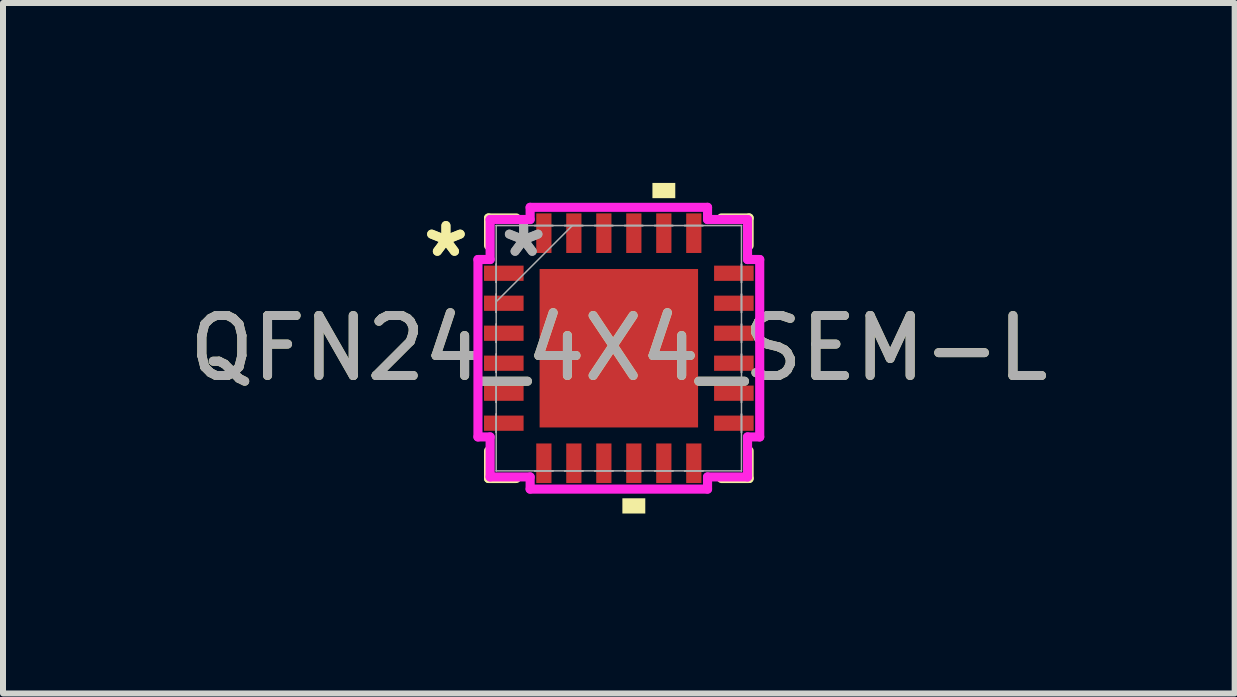
<source format=kicad_pcb>
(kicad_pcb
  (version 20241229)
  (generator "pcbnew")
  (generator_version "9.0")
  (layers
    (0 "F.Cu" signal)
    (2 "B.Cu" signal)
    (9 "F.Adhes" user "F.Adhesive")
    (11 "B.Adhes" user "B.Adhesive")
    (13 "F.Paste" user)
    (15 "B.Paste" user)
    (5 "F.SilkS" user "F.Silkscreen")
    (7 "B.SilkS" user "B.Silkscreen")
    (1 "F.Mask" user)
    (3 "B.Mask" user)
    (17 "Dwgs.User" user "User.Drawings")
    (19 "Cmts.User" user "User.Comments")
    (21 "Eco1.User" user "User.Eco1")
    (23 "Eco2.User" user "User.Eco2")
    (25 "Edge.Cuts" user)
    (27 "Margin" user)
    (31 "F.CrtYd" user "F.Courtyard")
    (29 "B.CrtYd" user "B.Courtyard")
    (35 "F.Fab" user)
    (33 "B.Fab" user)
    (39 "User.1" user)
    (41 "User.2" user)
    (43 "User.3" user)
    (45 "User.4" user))
  (footprint "QFN24_4X4_SEM-L"
    (layer "F.Cu")
    (at 7.268 2.756)
    (property "Reference" "QFN24_4X4_SEM-L" (at 0 0 0) (unlocked yes) (layer "F.SilkS") (effects (font (size 1 1) (thickness 0.15))))
    (attr smd)
    (fp_line (start -2.172 -2.172) (end -2.172 -1.71) (stroke (width 0.152) (type solid)) (layer "F.SilkS"))
    (fp_line (start -2.172 1.71) (end -2.172 2.172) (stroke (width 0.152) (type solid)) (layer "F.SilkS"))
    (fp_line (start -2.172 2.172) (end -1.71 2.172) (stroke (width 0.152) (type solid)) (layer "F.SilkS"))
    (fp_line (start -1.71 -2.172) (end -2.172 -2.172) (stroke (width 0.152) (type solid)) (layer "F.SilkS"))
    (fp_line (start 1.71 2.172) (end 2.172 2.172) (stroke (width 0.152) (type solid)) (layer "F.SilkS"))
    (fp_line (start 2.172 -2.172) (end 1.71 -2.172) (stroke (width 0.152) (type solid)) (layer "F.SilkS"))
    (fp_line (start 2.172 -1.71) (end 2.172 -2.172) (stroke (width 0.152) (type solid)) (layer "F.SilkS"))
    (fp_line (start 2.172 2.172) (end 2.172 1.71) (stroke (width 0.152) (type solid)) (layer "F.SilkS"))
    (fp_poly (pts (xy 0.059 2.502) (xy 0.059 2.756) (xy 0.441 2.756) (xy 0.441 2.502)) (stroke (width 0) (type solid)) (fill yes) (layer "F.SilkS"))
    (fp_poly (pts (xy 0.56 -2.502) (xy 0.56 -2.756) (xy 0.941 -2.756) (xy 0.941 -2.502)) (stroke (width 0) (type solid)) (fill yes) (layer "F.SilkS"))
    (fp_poly (pts (xy -1.221 -1.221) (xy -1.221 -0.1) (xy -0.1 -0.1) (xy -0.1 -1.221)) (stroke (width 0) (type solid)) (fill yes) (layer "F.Paste"))
    (fp_poly (pts (xy -1.221 0.1) (xy -1.221 1.221) (xy -0.1 1.221) (xy -0.1 0.1)) (stroke (width 0) (type solid)) (fill yes) (layer "F.Paste"))
    (fp_poly (pts (xy 0.1 -1.221) (xy 0.1 -0.1) (xy 1.221 -0.1) (xy 1.221 -1.221)) (stroke (width 0) (type solid)) (fill yes) (layer "F.Paste"))
    (fp_poly (pts (xy 0.1 0.1) (xy 0.1 1.221) (xy 1.221 1.221) (xy 1.221 0.1)) (stroke (width 0) (type solid)) (fill yes) (layer "F.Paste"))
    (fp_line (start -2.349 -1.479) (end -2.146 -1.479) (stroke (width 0.152) (type solid)) (layer "F.CrtYd"))
    (fp_line (start -2.349 1.479) (end -2.349 -1.479) (stroke (width 0.152) (type solid)) (layer "F.CrtYd"))
    (fp_line (start -2.146 -2.146) (end -1.479 -2.146) (stroke (width 0.152) (type solid)) (layer "F.CrtYd"))
    (fp_line (start -2.146 -1.479) (end -2.146 -2.146) (stroke (width 0.152) (type solid)) (layer "F.CrtYd"))
    (fp_line (start -2.146 1.479) (end -2.349 1.479) (stroke (width 0.152) (type solid)) (layer "F.CrtYd"))
    (fp_line (start -2.146 2.146) (end -2.146 1.479) (stroke (width 0.152) (type solid)) (layer "F.CrtYd"))
    (fp_line (start -1.479 -2.349) (end 1.479 -2.349) (stroke (width 0.152) (type solid)) (layer "F.CrtYd"))
    (fp_line (start -1.479 -2.146) (end -1.479 -2.349) (stroke (width 0.152) (type solid)) (layer "F.CrtYd"))
    (fp_line (start -1.479 2.146) (end -2.146 2.146) (stroke (width 0.152) (type solid)) (layer "F.CrtYd"))
    (fp_line (start -1.479 2.349) (end -1.479 2.146) (stroke (width 0.152) (type solid)) (layer "F.CrtYd"))
    (fp_line (start 1.479 -2.349) (end 1.479 -2.146) (stroke (width 0.152) (type solid)) (layer "F.CrtYd"))
    (fp_line (start 1.479 -2.146) (end 2.146 -2.146) (stroke (width 0.152) (type solid)) (layer "F.CrtYd"))
    (fp_line (start 1.479 2.146) (end 1.479 2.349) (stroke (width 0.152) (type solid)) (layer "F.CrtYd"))
    (fp_line (start 1.479 2.349) (end -1.479 2.349) (stroke (width 0.152) (type solid)) (layer "F.CrtYd"))
    (fp_line (start 2.146 -2.146) (end 2.146 -1.479) (stroke (width 0.152) (type solid)) (layer "F.CrtYd"))
    (fp_line (start 2.146 -1.479) (end 2.349 -1.479) (stroke (width 0.152) (type solid)) (layer "F.CrtYd"))
    (fp_line (start 2.146 1.479) (end 2.146 2.146) (stroke (width 0.152) (type solid)) (layer "F.CrtYd"))
    (fp_line (start 2.146 2.146) (end 1.479 2.146) (stroke (width 0.152) (type solid)) (layer "F.CrtYd"))
    (fp_line (start 2.349 -1.479) (end 2.349 1.479) (stroke (width 0.152) (type solid)) (layer "F.CrtYd"))
    (fp_line (start 2.349 1.479) (end 2.146 1.479) (stroke (width 0.152) (type solid)) (layer "F.CrtYd"))
    (fp_line (start -2.045 -2.045) (end -2.045 -2.045) (stroke (width 0.025) (type solid)) (layer "F.Fab"))
    (fp_line (start -2.045 -2.045) (end -2.045 2.045) (stroke (width 0.025) (type solid)) (layer "F.Fab"))
    (fp_line (start -2.045 -1.402) (end -2.045 -1.402) (stroke (width 0.025) (type solid)) (layer "F.Fab"))
    (fp_line (start -2.045 -1.402) (end -2.045 -1.098) (stroke (width 0.025) (type solid)) (layer "F.Fab"))
    (fp_line (start -2.045 -1.098) (end -2.045 -1.402) (stroke (width 0.025) (type solid)) (layer "F.Fab"))
    (fp_line (start -2.045 -1.098) (end -2.045 -1.098) (stroke (width 0.025) (type solid)) (layer "F.Fab"))
    (fp_line (start -2.045 -0.902) (end -2.045 -0.902) (stroke (width 0.025) (type solid)) (layer "F.Fab"))
    (fp_line (start -2.045 -0.902) (end -2.045 -0.598) (stroke (width 0.025) (type solid)) (layer "F.Fab"))
    (fp_line (start -2.045 -0.775) (end -0.775 -2.045) (stroke (width 0.025) (type solid)) (layer "F.Fab"))
    (fp_line (start -2.045 -0.598) (end -2.045 -0.902) (stroke (width 0.025) (type solid)) (layer "F.Fab"))
    (fp_line (start -2.045 -0.598) (end -2.045 -0.598) (stroke (width 0.025) (type solid)) (layer "F.Fab"))
    (fp_line (start -2.045 -0.402) (end -2.045 -0.402) (stroke (width 0.025) (type solid)) (layer "F.Fab"))
    (fp_line (start -2.045 -0.402) (end -2.045 -0.098) (stroke (width 0.025) (type solid)) (layer "F.Fab"))
    (fp_line (start -2.045 -0.098) (end -2.045 -0.402) (stroke (width 0.025) (type solid)) (layer "F.Fab"))
    (fp_line (start -2.045 -0.098) (end -2.045 -0.098) (stroke (width 0.025) (type solid)) (layer "F.Fab"))
    (fp_line (start -2.045 0.098) (end -2.045 0.098) (stroke (width 0.025) (type solid)) (layer "F.Fab"))
    (fp_line (start -2.045 0.098) (end -2.045 0.402) (stroke (width 0.025) (type solid)) (layer "F.Fab"))
    (fp_line (start -2.045 0.402) (end -2.045 0.098) (stroke (width 0.025) (type solid)) (layer "F.Fab"))
    (fp_line (start -2.045 0.402) (end -2.045 0.402) (stroke (width 0.025) (type solid)) (layer "F.Fab"))
    (fp_line (start -2.045 0.598) (end -2.045 0.598) (stroke (width 0.025) (type solid)) (layer "F.Fab"))
    (fp_line (start -2.045 0.598) (end -2.045 0.902) (stroke (width 0.025) (type solid)) (layer "F.Fab"))
    (fp_line (start -2.045 0.902) (end -2.045 0.598) (stroke (width 0.025) (type solid)) (layer "F.Fab"))
    (fp_line (start -2.045 0.902) (end -2.045 0.902) (stroke (width 0.025) (type solid)) (layer "F.Fab"))
    (fp_line (start -2.045 1.098) (end -2.045 1.098) (stroke (width 0.025) (type solid)) (layer "F.Fab"))
    (fp_line (start -2.045 1.098) (end -2.045 1.402) (stroke (width 0.025) (type solid)) (layer "F.Fab"))
    (fp_line (start -2.045 1.402) (end -2.045 1.098) (stroke (width 0.025) (type solid)) (layer "F.Fab"))
    (fp_line (start -2.045 1.402) (end -2.045 1.402) (stroke (width 0.025) (type solid)) (layer "F.Fab"))
    (fp_line (start -2.045 2.045) (end -2.045 2.045) (stroke (width 0.025) (type solid)) (layer "F.Fab"))
    (fp_line (start -2.045 2.045) (end 2.045 2.045) (stroke (width 0.025) (type solid)) (layer "F.Fab"))
    (fp_line (start -1.402 -2.045) (end -1.402 -2.045) (stroke (width 0.025) (type solid)) (layer "F.Fab"))
    (fp_line (start -1.402 -2.045) (end -1.098 -2.045) (stroke (width 0.025) (type solid)) (layer "F.Fab"))
    (fp_line (start -1.402 2.045) (end -1.402 2.045) (stroke (width 0.025) (type solid)) (layer "F.Fab"))
    (fp_line (start -1.402 2.045) (end -1.098 2.045) (stroke (width 0.025) (type solid)) (layer "F.Fab"))
    (fp_line (start -1.098 -2.045) (end -1.402 -2.045) (stroke (width 0.025) (type solid)) (layer "F.Fab"))
    (fp_line (start -1.098 -2.045) (end -1.098 -2.045) (stroke (width 0.025) (type solid)) (layer "F.Fab"))
    (fp_line (start -1.098 2.045) (end -1.402 2.045) (stroke (width 0.025) (type solid)) (layer "F.Fab"))
    (fp_line (start -1.098 2.045) (end -1.098 2.045) (stroke (width 0.025) (type solid)) (layer "F.Fab"))
    (fp_line (start -0.902 -2.045) (end -0.902 -2.045) (stroke (width 0.025) (type solid)) (layer "F.Fab"))
    (fp_line (start -0.902 -2.045) (end -0.598 -2.045) (stroke (width 0.025) (type solid)) (layer "F.Fab"))
    (fp_line (start -0.902 2.045) (end -0.902 2.045) (stroke (width 0.025) (type solid)) (layer "F.Fab"))
    (fp_line (start -0.902 2.045) (end -0.598 2.045) (stroke (width 0.025) (type solid)) (layer "F.Fab"))
    (fp_line (start -0.598 -2.045) (end -0.902 -2.045) (stroke (width 0.025) (type solid)) (layer "F.Fab"))
    (fp_line (start -0.598 -2.045) (end -0.598 -2.045) (stroke (width 0.025) (type solid)) (layer "F.Fab"))
    (fp_line (start -0.598 2.045) (end -0.902 2.045) (stroke (width 0.025) (type solid)) (layer "F.Fab"))
    (fp_line (start -0.598 2.045) (end -0.598 2.045) (stroke (width 0.025) (type solid)) (layer "F.Fab"))
    (fp_line (start -0.402 -2.045) (end -0.402 -2.045) (stroke (width 0.025) (type solid)) (layer "F.Fab"))
    (fp_line (start -0.402 -2.045) (end -0.098 -2.045) (stroke (width 0.025) (type solid)) (layer "F.Fab"))
    (fp_line (start -0.402 2.045) (end -0.402 2.045) (stroke (width 0.025) (type solid)) (layer "F.Fab"))
    (fp_line (start -0.402 2.045) (end -0.098 2.045) (stroke (width 0.025) (type solid)) (layer "F.Fab"))
    (fp_line (start -0.098 -2.045) (end -0.402 -2.045) (stroke (width 0.025) (type solid)) (layer "F.Fab"))
    (fp_line (start -0.098 -2.045) (end -0.098 -2.045) (stroke (width 0.025) (type solid)) (layer "F.Fab"))
    (fp_line (start -0.098 2.045) (end -0.402 2.045) (stroke (width 0.025) (type solid)) (layer "F.Fab"))
    (fp_line (start -0.098 2.045) (end -0.098 2.045) (stroke (width 0.025) (type solid)) (layer "F.Fab"))
    (fp_line (start 0.098 -2.045) (end 0.098 -2.045) (stroke (width 0.025) (type solid)) (layer "F.Fab"))
    (fp_line (start 0.098 -2.045) (end 0.402 -2.045) (stroke (width 0.025) (type solid)) (layer "F.Fab"))
    (fp_line (start 0.098 2.045) (end 0.098 2.045) (stroke (width 0.025) (type solid)) (layer "F.Fab"))
    (fp_line (start 0.098 2.045) (end 0.402 2.045) (stroke (width 0.025) (type solid)) (layer "F.Fab"))
    (fp_line (start 0.402 -2.045) (end 0.098 -2.045) (stroke (width 0.025) (type solid)) (layer "F.Fab"))
    (fp_line (start 0.402 -2.045) (end 0.402 -2.045) (stroke (width 0.025) (type solid)) (layer "F.Fab"))
    (fp_line (start 0.402 2.045) (end 0.098 2.045) (stroke (width 0.025) (type solid)) (layer "F.Fab"))
    (fp_line (start 0.402 2.045) (end 0.402 2.045) (stroke (width 0.025) (type solid)) (layer "F.Fab"))
    (fp_line (start 0.598 -2.045) (end 0.598 -2.045) (stroke (width 0.025) (type solid)) (layer "F.Fab"))
    (fp_line (start 0.598 -2.045) (end 0.902 -2.045) (stroke (width 0.025) (type solid)) (layer "F.Fab"))
    (fp_line (start 0.598 2.045) (end 0.598 2.045) (stroke (width 0.025) (type solid)) (layer "F.Fab"))
    (fp_line (start 0.598 2.045) (end 0.902 2.045) (stroke (width 0.025) (type solid)) (layer "F.Fab"))
    (fp_line (start 0.902 -2.045) (end 0.598 -2.045) (stroke (width 0.025) (type solid)) (layer "F.Fab"))
    (fp_line (start 0.902 -2.045) (end 0.902 -2.045) (stroke (width 0.025) (type solid)) (layer "F.Fab"))
    (fp_line (start 0.902 2.045) (end 0.598 2.045) (stroke (width 0.025) (type solid)) (layer "F.Fab"))
    (fp_line (start 0.902 2.045) (end 0.902 2.045) (stroke (width 0.025) (type solid)) (layer "F.Fab"))
    (fp_line (start 1.098 -2.045) (end 1.098 -2.045) (stroke (width 0.025) (type solid)) (layer "F.Fab"))
    (fp_line (start 1.098 -2.045) (end 1.402 -2.045) (stroke (width 0.025) (type solid)) (layer "F.Fab"))
    (fp_line (start 1.098 2.045) (end 1.098 2.045) (stroke (width 0.025) (type solid)) (layer "F.Fab"))
    (fp_line (start 1.098 2.045) (end 1.402 2.045) (stroke (width 0.025) (type solid)) (layer "F.Fab"))
    (fp_line (start 1.402 -2.045) (end 1.098 -2.045) (stroke (width 0.025) (type solid)) (layer "F.Fab"))
    (fp_line (start 1.402 -2.045) (end 1.402 -2.045) (stroke (width 0.025) (type solid)) (layer "F.Fab"))
    (fp_line (start 1.402 2.045) (end 1.098 2.045) (stroke (width 0.025) (type solid)) (layer "F.Fab"))
    (fp_line (start 1.402 2.045) (end 1.402 2.045) (stroke (width 0.025) (type solid)) (layer "F.Fab"))
    (fp_line (start 2.045 -2.045) (end -2.045 -2.045) (stroke (width 0.025) (type solid)) (layer "F.Fab"))
    (fp_line (start 2.045 -2.045) (end 2.045 -2.045) (stroke (width 0.025) (type solid)) (layer "F.Fab"))
    (fp_line (start 2.045 -1.402) (end 2.045 -1.402) (stroke (width 0.025) (type solid)) (layer "F.Fab"))
    (fp_line (start 2.045 -1.402) (end 2.045 -1.098) (stroke (width 0.025) (type solid)) (layer "F.Fab"))
    (fp_line (start 2.045 -1.098) (end 2.045 -1.402) (stroke (width 0.025) (type solid)) (layer "F.Fab"))
    (fp_line (start 2.045 -1.098) (end 2.045 -1.098) (stroke (width 0.025) (type solid)) (layer "F.Fab"))
    (fp_line (start 2.045 -0.902) (end 2.045 -0.902) (stroke (width 0.025) (type solid)) (layer "F.Fab"))
    (fp_line (start 2.045 -0.902) (end 2.045 -0.598) (stroke (width 0.025) (type solid)) (layer "F.Fab"))
    (fp_line (start 2.045 -0.598) (end 2.045 -0.902) (stroke (width 0.025) (type solid)) (layer "F.Fab"))
    (fp_line (start 2.045 -0.598) (end 2.045 -0.598) (stroke (width 0.025) (type solid)) (layer "F.Fab"))
    (fp_line (start 2.045 -0.402) (end 2.045 -0.402) (stroke (width 0.025) (type solid)) (layer "F.Fab"))
    (fp_line (start 2.045 -0.402) (end 2.045 -0.098) (stroke (width 0.025) (type solid)) (layer "F.Fab"))
    (fp_line (start 2.045 -0.098) (end 2.045 -0.402) (stroke (width 0.025) (type solid)) (layer "F.Fab"))
    (fp_line (start 2.045 -0.098) (end 2.045 -0.098) (stroke (width 0.025) (type solid)) (layer "F.Fab"))
    (fp_line (start 2.045 0.098) (end 2.045 0.098) (stroke (width 0.025) (type solid)) (layer "F.Fab"))
    (fp_line (start 2.045 0.098) (end 2.045 0.402) (stroke (width 0.025) (type solid)) (layer "F.Fab"))
    (fp_line (start 2.045 0.402) (end 2.045 0.098) (stroke (width 0.025) (type solid)) (layer "F.Fab"))
    (fp_line (start 2.045 0.402) (end 2.045 0.402) (stroke (width 0.025) (type solid)) (layer "F.Fab"))
    (fp_line (start 2.045 0.598) (end 2.045 0.598) (stroke (width 0.025) (type solid)) (layer "F.Fab"))
    (fp_line (start 2.045 0.598) (end 2.045 0.902) (stroke (width 0.025) (type solid)) (layer "F.Fab"))
    (fp_line (start 2.045 0.902) (end 2.045 0.598) (stroke (width 0.025) (type solid)) (layer "F.Fab"))
    (fp_line (start 2.045 0.902) (end 2.045 0.902) (stroke (width 0.025) (type solid)) (layer "F.Fab"))
    (fp_line (start 2.045 1.098) (end 2.045 1.098) (stroke (width 0.025) (type solid)) (layer "F.Fab"))
    (fp_line (start 2.045 1.098) (end 2.045 1.402) (stroke (width 0.025) (type solid)) (layer "F.Fab"))
    (fp_line (start 2.045 1.402) (end 2.045 1.098) (stroke (width 0.025) (type solid)) (layer "F.Fab"))
    (fp_line (start 2.045 1.402) (end 2.045 1.402) (stroke (width 0.025) (type solid)) (layer "F.Fab"))
    (fp_line (start 2.045 2.045) (end 2.045 -2.045) (stroke (width 0.025) (type solid)) (layer "F.Fab"))
    (fp_line (start 2.045 2.045) (end 2.045 2.045) (stroke (width 0.025) (type solid)) (layer "F.Fab"))
    (fp_text user "*" (at -2.883 -1.5 0) (unlocked yes) (layer "F.SilkS") (effects (font (size 1 1) (thickness 0.15))))
    (fp_text user "*" (at -2.883 -1.5 0) (layer "F.SilkS") (effects (font (size 1 1) (thickness 0.15))))
    (fp_text user "${REFERENCE}" (at 0 0 0) (unlocked yes) (layer "F.Fab") (effects (font (size 1 1) (thickness 0.15))))
    (fp_text user "*" (at -1.587 -1.5 0) (unlocked yes) (layer "F.Fab") (effects (font (size 1 1) (thickness 0.15))))
    (fp_text user "*" (at -1.587 -1.5 0) (layer "F.Fab") (effects (font (size 1 1) (thickness 0.15))))
    (pad "1" smd rect (at -1.918 -1.25 90) (size 0.254 0.66) (layers "F.Cu" "F.Mask" "F.Paste"))
    (pad "2" smd rect (at -1.918 -0.75 90) (size 0.254 0.66) (layers "F.Cu" "F.Mask" "F.Paste"))
    (pad "3" smd rect (at -1.918 -0.25 90) (size 0.254 0.66) (layers "F.Cu" "F.Mask" "F.Paste"))
    (pad "4" smd rect (at -1.918 0.25 90) (size 0.254 0.66) (layers "F.Cu" "F.Mask" "F.Paste"))
    (pad "5" smd rect (at -1.918 0.75 90) (size 0.254 0.66) (layers "F.Cu" "F.Mask" "F.Paste"))
    (pad "6" smd rect (at -1.918 1.25 90) (size 0.254 0.66) (layers "F.Cu" "F.Mask" "F.Paste"))
    (pad "7" smd rect (at -1.25 1.918) (size 0.254 0.66) (layers "F.Cu" "F.Mask" "F.Paste"))
    (pad "8" smd rect (at -0.75 1.918) (size 0.254 0.66) (layers "F.Cu" "F.Mask" "F.Paste"))
    (pad "9" smd rect (at -0.25 1.918) (size 0.254 0.66) (layers "F.Cu" "F.Mask" "F.Paste"))
    (pad "10" smd rect (at 0.25 1.918) (size 0.254 0.66) (layers "F.Cu" "F.Mask" "F.Paste"))
    (pad "11" smd rect (at 0.75 1.918) (size 0.254 0.66) (layers "F.Cu" "F.Mask" "F.Paste"))
    (pad "12" smd rect (at 1.25 1.918) (size 0.254 0.66) (layers "F.Cu" "F.Mask" "F.Paste"))
    (pad "13" smd rect (at 1.918 1.25 90) (size 0.254 0.66) (layers "F.Cu" "F.Mask" "F.Paste"))
    (pad "14" smd rect (at 1.918 0.75 90) (size 0.254 0.66) (layers "F.Cu" "F.Mask" "F.Paste"))
    (pad "15" smd rect (at 1.918 0.25 90) (size 0.254 0.66) (layers "F.Cu" "F.Mask" "F.Paste"))
    (pad "16" smd rect (at 1.918 -0.25 90) (size 0.254 0.66) (layers "F.Cu" "F.Mask" "F.Paste"))
    (pad "17" smd rect (at 1.918 -0.75 90) (size 0.254 0.66) (layers "F.Cu" "F.Mask" "F.Paste"))
    (pad "18" smd rect (at 1.918 -1.25 90) (size 0.254 0.66) (layers "F.Cu" "F.Mask" "F.Paste"))
    (pad "19" smd rect (at 1.25 -1.918) (size 0.254 0.66) (layers "F.Cu" "F.Mask" "F.Paste"))
    (pad "20" smd rect (at 0.75 -1.918) (size 0.254 0.66) (layers "F.Cu" "F.Mask" "F.Paste"))
    (pad "21" smd rect (at 0.25 -1.918) (size 0.254 0.66) (layers "F.Cu" "F.Mask" "F.Paste"))
    (pad "22" smd rect (at -0.25 -1.918) (size 0.254 0.66) (layers "F.Cu" "F.Mask" "F.Paste"))
    (pad "23" smd rect (at -0.75 -1.918) (size 0.254 0.66) (layers "F.Cu" "F.Mask" "F.Paste"))
    (pad "24" smd rect (at -1.25 -1.918) (size 0.254 0.66) (layers "F.Cu" "F.Mask" "F.Paste"))
    (pad "25" smd rect (at 0 0) (size 2.642 2.642) (layers "F.Cu" "F.Mask")))
  (gr_rect
    (start -3 -3)
    (end 17.536 8.512)
    (stroke (width 0.1) (type default))
    (fill no)
    (layer "Edge.Cuts")))
</source>
